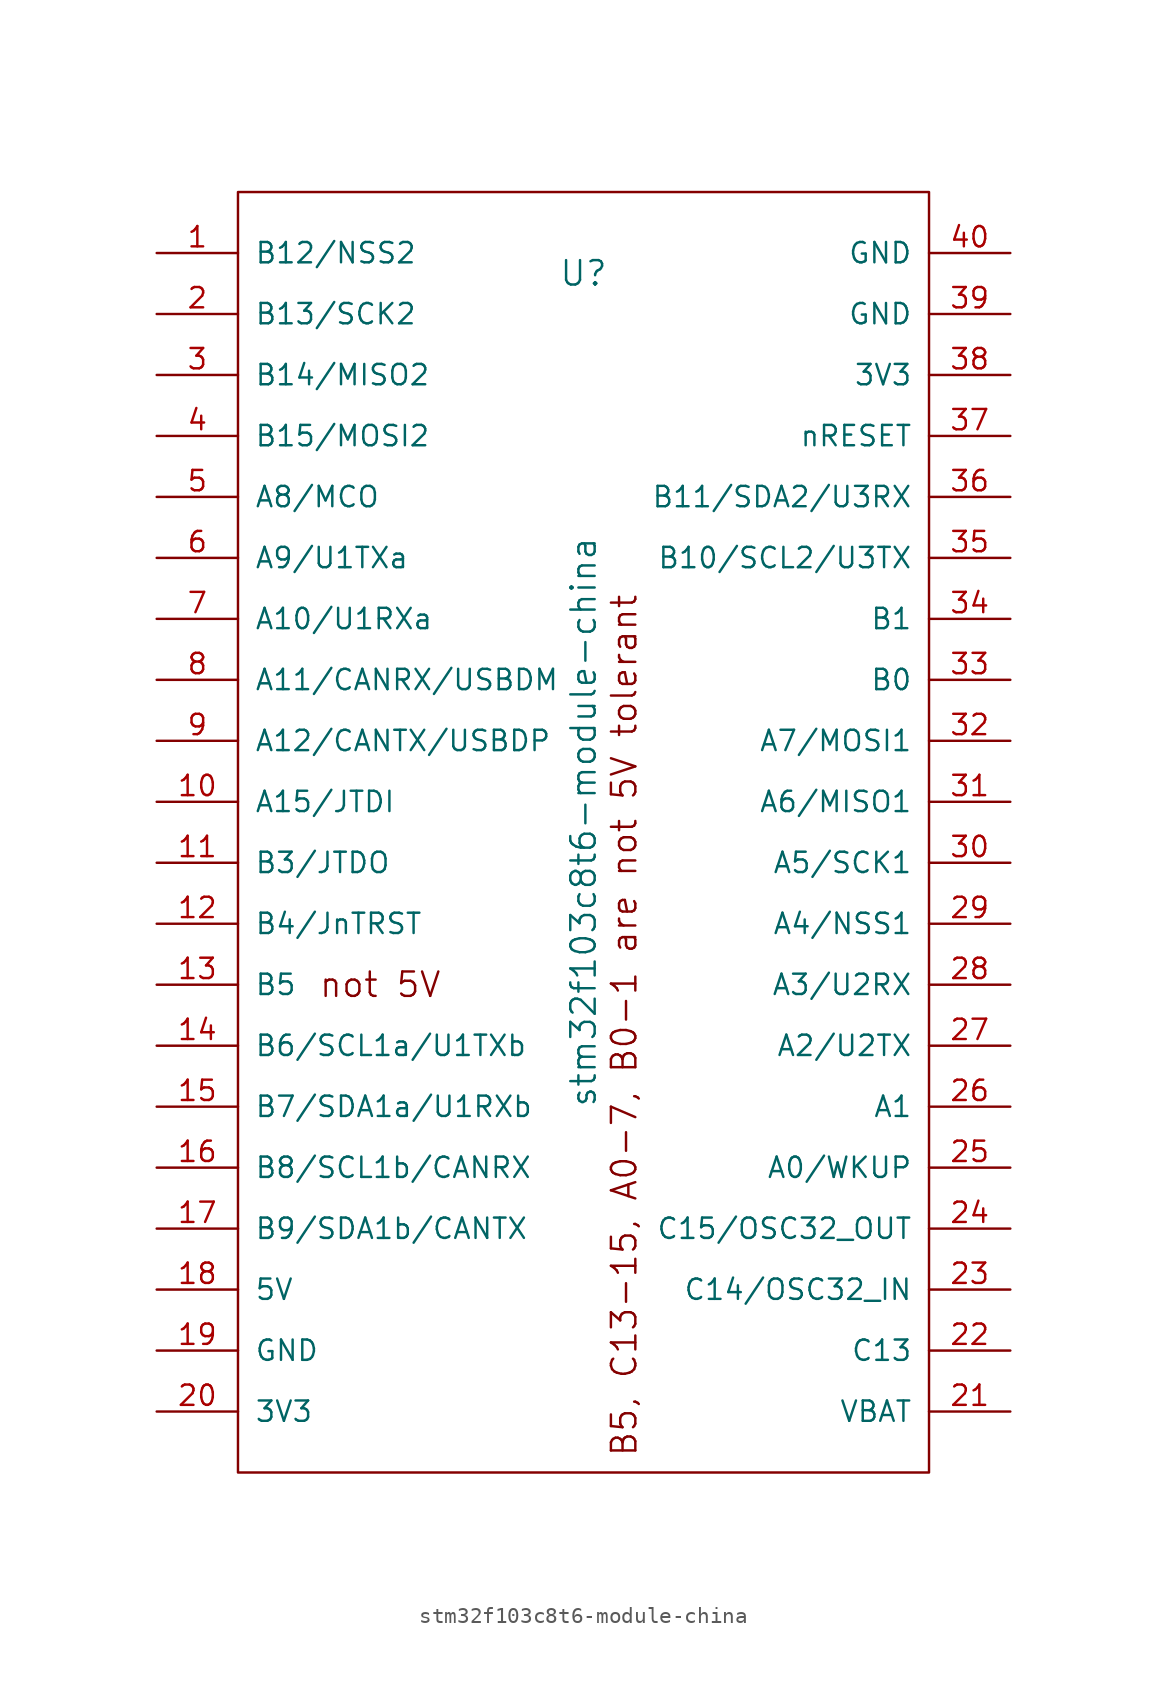
<source format=kicad_sym>
(kicad_symbol_lib
  (version 20231120)
  (generator "kicad_symbol_editor")
  (generator_version "8.0")
  (symbol "stm32f103c8t6-module-china"
    (pin_names
      (offset 1.016))
    (property "Reference" "U"
      (at 0 34.29 0)
      (effects (font (size 1.524 1.524))))
    (property "Value" "stm32f103c8t6-module-china"
      (at 0 0 90)
      (effects (font (size 1.524 1.524))))
    (property "Datasheet" ""
      (at -10.16 6.35 0)
      (effects (font (size 1.524 1.524))))
    (symbol "stm32f103c8t6-module-china_0_0"
      (text "B5, C13-15, A0-7, B0-1 are not 5V tolerant" (at 2.54 -12.7 900) (effects (font (size 1.524 1.524))))
      (text "not 5V" (at -12.7 -10.16 0) (effects (font (size 1.524 1.524)))))
    (symbol "stm32f103c8t6-module-china_0_1"
      (rectangle (start -21.59 39.37) (end 21.59 -40.64) (stroke (width 0) (type solid)) (fill (type none))))
    (symbol "stm32f103c8t6-module-china_1_1"
      (pin bidirectional line (at -26.67 35.56 0) (length 5.08) (name "B12/NSS2" (effects (font (size 1.27 1.27)))) (number "1" (effects (font (size 1.27 1.27)))))
      (pin bidirectional line (at -26.67 1.27 0) (length 5.08) (name "A15/JTDI" (effects (font (size 1.27 1.27)))) (number "10" (effects (font (size 1.27 1.27)))))
      (pin bidirectional line (at -26.67 -2.54 0) (length 5.08) (name "B3/JTDO" (effects (font (size 1.27 1.27)))) (number "11" (effects (font (size 1.27 1.27)))))
      (pin bidirectional line (at -26.67 -6.35 0) (length 5.08) (name "B4/JnTRST" (effects (font (size 1.27 1.27)))) (number "12" (effects (font (size 1.27 1.27)))))
      (pin bidirectional line (at -26.67 -10.16 0) (length 5.08) (name "B5" (effects (font (size 1.27 1.27)))) (number "13" (effects (font (size 1.27 1.27)))))
      (pin bidirectional line (at -26.67 -13.97 0) (length 5.08) (name "B6/SCL1a/U1TXb" (effects (font (size 1.27 1.27)))) (number "14" (effects (font (size 1.27 1.27)))))
      (pin bidirectional line (at -26.67 -17.78 0) (length 5.08) (name "B7/SDA1a/U1RXb" (effects (font (size 1.27 1.27)))) (number "15" (effects (font (size 1.27 1.27)))))
      (pin bidirectional line (at -26.67 -21.59 0) (length 5.08) (name "B8/SCL1b/CANRX" (effects (font (size 1.27 1.27)))) (number "16" (effects (font (size 1.27 1.27)))))
      (pin bidirectional line (at -26.67 -25.4 0) (length 5.08) (name "B9/SDA1b/CANTX" (effects (font (size 1.27 1.27)))) (number "17" (effects (font (size 1.27 1.27)))))
      (pin power_in line (at -26.67 -29.21 0) (length 5.08) (name "5V" (effects (font (size 1.27 1.27)))) (number "18" (effects (font (size 1.27 1.27)))))
      (pin passive line (at -26.67 -33.02 0) (length 5.08) (name "GND" (effects (font (size 1.27 1.27)))) (number "19" (effects (font (size 1.27 1.27)))))
      (pin bidirectional line (at -26.67 31.75 0) (length 5.08) (name "B13/SCK2" (effects (font (size 1.27 1.27)))) (number "2" (effects (font (size 1.27 1.27)))))
      (pin power_out line (at -26.67 -36.83 0) (length 5.08) (name "3V3" (effects (font (size 1.27 1.27)))) (number "20" (effects (font (size 1.27 1.27)))))
      (pin power_in line (at 26.67 -36.83 180) (length 5.08) (name "VBAT" (effects (font (size 1.27 1.27)))) (number "21" (effects (font (size 1.27 1.27)))))
      (pin bidirectional line (at 26.67 -33.02 180) (length 5.08) (name "C13" (effects (font (size 1.27 1.27)))) (number "22" (effects (font (size 1.27 1.27)))))
      (pin input line (at 26.67 -29.21 180) (length 5.08) (name "C14/OSC32_IN" (effects (font (size 1.27 1.27)))) (number "23" (effects (font (size 1.27 1.27)))))
      (pin input line (at 26.67 -25.4 180) (length 5.08) (name "C15/OSC32_OUT" (effects (font (size 1.27 1.27)))) (number "24" (effects (font (size 1.27 1.27)))))
      (pin bidirectional line (at 26.67 -21.59 180) (length 5.08) (name "A0/WKUP" (effects (font (size 1.27 1.27)))) (number "25" (effects (font (size 1.27 1.27)))))
      (pin bidirectional line (at 26.67 -17.78 180) (length 5.08) (name "A1" (effects (font (size 1.27 1.27)))) (number "26" (effects (font (size 1.27 1.27)))))
      (pin bidirectional line (at 26.67 -13.97 180) (length 5.08) (name "A2/U2TX" (effects (font (size 1.27 1.27)))) (number "27" (effects (font (size 1.27 1.27)))))
      (pin bidirectional line (at 26.67 -10.16 180) (length 5.08) (name "A3/U2RX" (effects (font (size 1.27 1.27)))) (number "28" (effects (font (size 1.27 1.27)))))
      (pin bidirectional line (at 26.67 -6.35 180) (length 5.08) (name "A4/NSS1" (effects (font (size 1.27 1.27)))) (number "29" (effects (font (size 1.27 1.27)))))
      (pin bidirectional line (at -26.67 27.94 0) (length 5.08) (name "B14/MISO2" (effects (font (size 1.27 1.27)))) (number "3" (effects (font (size 1.27 1.27)))))
      (pin bidirectional line (at 26.67 -2.54 180) (length 5.08) (name "A5/SCK1" (effects (font (size 1.27 1.27)))) (number "30" (effects (font (size 1.27 1.27)))))
      (pin bidirectional line (at 26.67 1.27 180) (length 5.08) (name "A6/MISO1" (effects (font (size 1.27 1.27)))) (number "31" (effects (font (size 1.27 1.27)))))
      (pin bidirectional line (at 26.67 5.08 180) (length 5.08) (name "A7/MOSI1" (effects (font (size 1.27 1.27)))) (number "32" (effects (font (size 1.27 1.27)))))
      (pin bidirectional line (at 26.67 8.89 180) (length 5.08) (name "B0" (effects (font (size 1.27 1.27)))) (number "33" (effects (font (size 1.27 1.27)))))
      (pin bidirectional line (at 26.67 12.7 180) (length 5.08) (name "B1" (effects (font (size 1.27 1.27)))) (number "34" (effects (font (size 1.27 1.27)))))
      (pin input line (at 26.67 16.51 180) (length 5.08) (name "B10/SCL2/U3TX" (effects (font (size 1.27 1.27)))) (number "35" (effects (font (size 1.27 1.27)))))
      (pin bidirectional line (at 26.67 20.32 180) (length 5.08) (name "B11/SDA2/U3RX" (effects (font (size 1.27 1.27)))) (number "36" (effects (font (size 1.27 1.27)))))
      (pin input line (at 26.67 24.13 180) (length 5.08) (name "nRESET" (effects (font (size 1.27 1.27)))) (number "37" (effects (font (size 1.27 1.27)))))
      (pin passive line (at 26.67 27.94 180) (length 5.08) (name "3V3" (effects (font (size 1.27 1.27)))) (number "38" (effects (font (size 1.27 1.27)))))
      (pin passive line (at 26.67 31.75 180) (length 5.08) (name "GND" (effects (font (size 1.27 1.27)))) (number "39" (effects (font (size 1.27 1.27)))))
      (pin bidirectional line (at -26.67 24.13 0) (length 5.08) (name "B15/MOSI2" (effects (font (size 1.27 1.27)))) (number "4" (effects (font (size 1.27 1.27)))))
      (pin passive line (at 26.67 35.56 180) (length 5.08) (name "GND" (effects (font (size 1.27 1.27)))) (number "40" (effects (font (size 1.27 1.27)))))
      (pin bidirectional line (at -26.67 20.32 0) (length 5.08) (name "A8/MCO" (effects (font (size 1.27 1.27)))) (number "5" (effects (font (size 1.27 1.27)))))
      (pin bidirectional line (at -26.67 16.51 0) (length 5.08) (name "A9/U1TXa" (effects (font (size 1.27 1.27)))) (number "6" (effects (font (size 1.27 1.27)))))
      (pin bidirectional line (at -26.67 12.7 0) (length 5.08) (name "A10/U1RXa" (effects (font (size 1.27 1.27)))) (number "7" (effects (font (size 1.27 1.27)))))
      (pin bidirectional line (at -26.67 8.89 0) (length 5.08) (name "A11/CANRX/USBDM" (effects (font (size 1.27 1.27)))) (number "8" (effects (font (size 1.27 1.27)))))
      (pin bidirectional line (at -26.67 5.08 0) (length 5.08) (name "A12/CANTX/USBDP" (effects (font (size 1.27 1.27)))) (number "9" (effects (font (size 1.27 1.27))))))))
</source>
